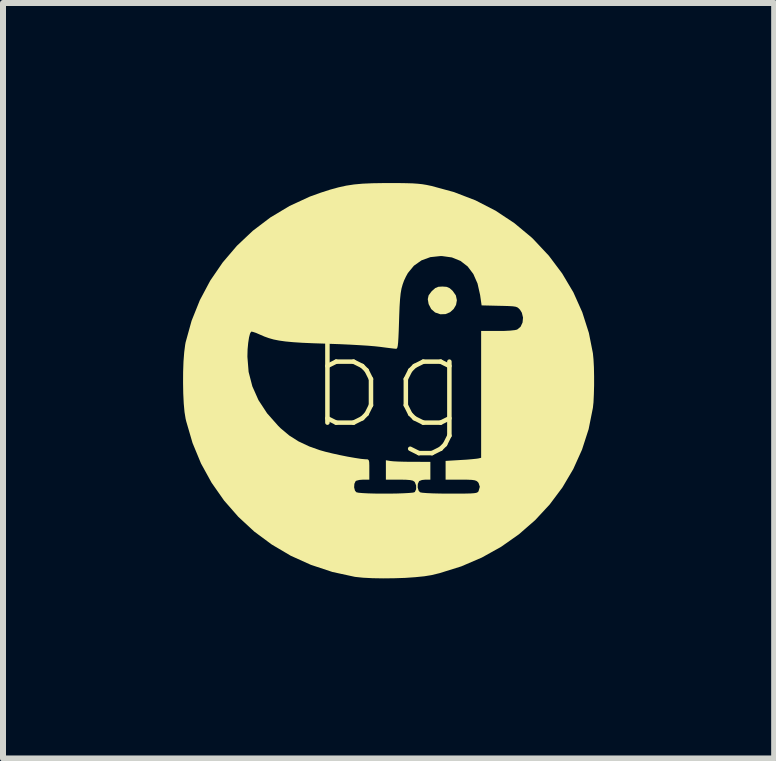
<source format=kicad_pcb>
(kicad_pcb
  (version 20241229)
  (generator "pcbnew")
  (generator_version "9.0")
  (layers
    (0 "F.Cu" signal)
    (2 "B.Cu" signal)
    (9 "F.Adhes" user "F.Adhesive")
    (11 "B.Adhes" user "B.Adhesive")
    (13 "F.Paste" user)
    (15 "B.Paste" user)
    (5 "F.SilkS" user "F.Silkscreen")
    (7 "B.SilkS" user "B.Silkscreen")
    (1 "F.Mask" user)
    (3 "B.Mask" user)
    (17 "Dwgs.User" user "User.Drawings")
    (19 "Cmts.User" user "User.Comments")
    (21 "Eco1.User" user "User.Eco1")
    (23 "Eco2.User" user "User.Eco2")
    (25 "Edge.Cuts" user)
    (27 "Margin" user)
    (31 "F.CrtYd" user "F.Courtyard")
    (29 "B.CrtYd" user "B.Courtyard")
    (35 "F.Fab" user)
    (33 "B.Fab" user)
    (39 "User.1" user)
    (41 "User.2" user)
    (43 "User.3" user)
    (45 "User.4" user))
  (footprint "bg"
    (layer "F.Cu")
    (at 3.421 3.29)
    (property "Reference" "bg" (at 0 0 0) (layer "F.SilkS") (effects (font (size 1.524 1.524) (thickness 0.075))))
    (attr board_only exclude_from_pos_files exclude_from_bom)
    (fp_poly (pts (xy 0.969 -1.561) (xy 1.019 -1.54) (xy 1.071 -1.494) (xy 1.124 -1.418) (xy 1.141 -1.338) (xy 1.127 -1.26) (xy 1.087 -1.192) (xy 1.027 -1.138) (xy 0.952 -1.107) (xy 0.866 -1.104) (xy 0.778 -1.134) (xy 0.713 -1.191) (xy 0.67 -1.274) (xy 0.656 -1.356) (xy 0.67 -1.419) (xy 0.717 -1.483) (xy 0.728 -1.494) (xy 0.781 -1.541) (xy 0.832 -1.562) (xy 0.9 -1.566)) (stroke (width 0) (type solid)) (fill yes) (layer "F.SilkS"))
    (fp_poly (pts (xy 0.166 -3.29) (xy 0.298 -3.288) (xy 0.403 -3.285) (xy 0.489 -3.279) (xy 0.564 -3.271) (xy 0.636 -3.259) (xy 0.712 -3.243) (xy 0.714 -3.243) (xy 1.092 -3.14) (xy 1.451 -3.002) (xy 1.787 -2.829) (xy 2.099 -2.622) (xy 2.385 -2.384) (xy 2.415 -2.355) (xy 2.673 -2.08) (xy 2.895 -1.784) (xy 3.082 -1.469) (xy 3.23 -1.138) (xy 3.34 -0.793) (xy 3.407 -0.455) (xy 3.417 -0.353) (xy 3.424 -0.222) (xy 3.427 -0.072) (xy 3.427 0.083) (xy 3.423 0.232) (xy 3.417 0.362) (xy 3.407 0.455) (xy 3.336 0.81) (xy 3.226 1.151) (xy 3.08 1.475) (xy 2.9 1.78) (xy 2.687 2.065) (xy 2.445 2.326) (xy 2.174 2.562) (xy 1.878 2.77) (xy 1.557 2.949) (xy 1.215 3.096) (xy 0.853 3.209) (xy 0.717 3.242) (xy 0.599 3.261) (xy 0.45 3.276) (xy 0.279 3.288) (xy 0.096 3.294) (xy -0.088 3.296) (xy -0.264 3.293) (xy -0.421 3.285) (xy -0.548 3.272) (xy -0.561 3.27) (xy -0.934 3.189) (xy -1.29 3.071) (xy -1.627 2.919) (xy -1.942 2.733) (xy -2.234 2.517) (xy -2.5 2.271) (xy -2.738 1.999) (xy -2.946 1.702) (xy -3.122 1.382) (xy -3.263 1.041) (xy -3.368 0.681) (xy -3.379 0.635) (xy -3.397 0.523) (xy -3.41 0.379) (xy -3.418 0.213) (xy -3.421 0.035) (xy -3.42 -0.145) (xy -3.414 -0.317) (xy -3.408 -0.394) (xy -2.349 -0.394) (xy -2.329 -0.144) (xy -2.267 0.096) (xy -2.165 0.326) (xy -2.021 0.546) (xy -1.836 0.755) (xy -1.797 0.794) (xy -1.653 0.915) (xy -1.497 1.014) (xy -1.318 1.098) (xy -1.143 1.16) (xy -1.051 1.186) (xy -0.936 1.214) (xy -0.809 1.242) (xy -0.68 1.268) (xy -0.559 1.289) (xy -0.456 1.305) (xy -0.381 1.312) (xy -0.368 1.312) (xy -0.343 1.314) (xy -0.328 1.327) (xy -0.32 1.357) (xy -0.318 1.415) (xy -0.318 1.482) (xy -0.318 1.651) (xy -0.419 1.651) (xy -0.484 1.656) (xy -0.534 1.669) (xy -0.546 1.676) (xy -0.567 1.721) (xy -0.571 1.78) (xy -0.557 1.834) (xy -0.534 1.861) (xy -0.5 1.869) (xy -0.432 1.875) (xy -0.338 1.88) (xy -0.226 1.883) (xy -0.102 1.884) (xy 0.024 1.884) (xy 0.146 1.882) (xy 0.257 1.878) (xy 0.347 1.873) (xy 0.411 1.867) (xy 0.44 1.858) (xy 0.44 1.858) (xy 0.462 1.811) (xy 0.462 1.749) (xy 0.441 1.695) (xy 0.432 1.684) (xy 0.407 1.668) (xy 0.362 1.658) (xy 0.292 1.653) (xy 0.188 1.651) (xy 0.178 1.651) (xy -0.042 1.651) (xy -0.042 1.328) (xy 0.037 1.341) (xy 0.088 1.346) (xy 0.17 1.35) (xy 0.274 1.353) (xy 0.387 1.354) (xy 0.407 1.354) (xy 0.699 1.355) (xy 0.699 1.651) (xy 0.618 1.651) (xy 0.559 1.657) (xy 0.517 1.673) (xy 0.512 1.676) (xy 0.49 1.722) (xy 0.488 1.782) (xy 0.504 1.836) (xy 0.528 1.862) (xy 0.563 1.869) (xy 0.636 1.875) (xy 0.741 1.88) (xy 0.874 1.883) (xy 1.024 1.884) (xy 1.175 1.884) (xy 1.289 1.883) (xy 1.371 1.881) (xy 1.427 1.877) (xy 1.464 1.871) (xy 1.485 1.862) (xy 1.497 1.851) (xy 1.502 1.843) (xy 1.523 1.77) (xy 1.502 1.706) (xy 1.489 1.69) (xy 1.468 1.673) (xy 1.438 1.662) (xy 1.389 1.655) (xy 1.313 1.652) (xy 1.203 1.651) (xy 0.953 1.651) (xy 0.953 1.339) (xy 1.201 1.324) (xy 1.304 1.318) (xy 1.395 1.31) (xy 1.464 1.303) (xy 1.498 1.298) (xy 1.545 1.287) (xy 1.545 -0.826) (xy 1.819 -0.826) (xy 1.933 -0.827) (xy 2.031 -0.832) (xy 2.105 -0.84) (xy 2.145 -0.849) (xy 2.202 -0.896) (xy 2.235 -0.967) (xy 2.243 -1.049) (xy 2.223 -1.13) (xy 2.193 -1.179) (xy 2.171 -1.202) (xy 2.149 -1.219) (xy 2.119 -1.23) (xy 2.072 -1.237) (xy 2.002 -1.241) (xy 1.901 -1.244) (xy 1.847 -1.245) (xy 1.553 -1.252) (xy 1.528 -1.425) (xy 1.485 -1.616) (xy 1.415 -1.775) (xy 1.32 -1.901) (xy 1.201 -1.993) (xy 1.058 -2.051) (xy 0.892 -2.074) (xy 0.868 -2.074) (xy 0.699 -2.056) (xy 0.551 -2.002) (xy 0.425 -1.913) (xy 0.325 -1.792) (xy 0.291 -1.73) (xy 0.26 -1.664) (xy 0.237 -1.6) (xy 0.218 -1.532) (xy 0.204 -1.452) (xy 0.194 -1.354) (xy 0.186 -1.231) (xy 0.18 -1.077) (xy 0.177 -0.979) (xy 0.172 -0.829) (xy 0.167 -0.716) (xy 0.162 -0.635) (xy 0.156 -0.581) (xy 0.149 -0.549) (xy 0.14 -0.533) (xy 0.128 -0.529) (xy 0.127 -0.529) (xy 0.093 -0.532) (xy 0.026 -0.54) (xy -0.061 -0.551) (xy -0.137 -0.561) (xy -0.218 -0.57) (xy -0.334 -0.58) (xy -0.476 -0.589) (xy -0.637 -0.598) (xy -0.81 -0.606) (xy -0.986 -0.612) (xy -1.025 -0.614) (xy -1.247 -0.621) (xy -1.433 -0.629) (xy -1.587 -0.639) (xy -1.714 -0.651) (xy -1.821 -0.666) (xy -1.912 -0.684) (xy -1.993 -0.707) (xy -2.068 -0.734) (xy -2.135 -0.763) (xy -2.204 -0.793) (xy -2.258 -0.811) (xy -2.286 -0.815) (xy -2.286 -0.815) (xy -2.305 -0.783) (xy -2.322 -0.718) (xy -2.336 -0.627) (xy -2.346 -0.521) (xy -2.349 -0.406) (xy -2.349 -0.394) (xy -3.408 -0.394) (xy -3.402 -0.471) (xy -3.386 -0.596) (xy -3.379 -0.635) (xy -3.279 -0.996) (xy -3.141 -1.34) (xy -2.968 -1.665) (xy -2.761 -1.967) (xy -2.524 -2.245) (xy -2.258 -2.496) (xy -1.965 -2.718) (xy -1.648 -2.908) (xy -1.308 -3.065) (xy -1.127 -3.13) (xy -0.972 -3.18) (xy -0.834 -3.218) (xy -0.703 -3.247) (xy -0.571 -3.267) (xy -0.429 -3.28) (xy -0.265 -3.287) (xy -0.073 -3.29) (xy 0 -3.29)) (stroke (width 0) (type solid)) (fill yes) (layer "F.SilkS")))
  (gr_rect
    (start -3 -3)
    (end 9.848 9.586)
    (stroke (width 0.1) (type default))
    (fill no)
    (layer "Edge.Cuts")))
</source>
